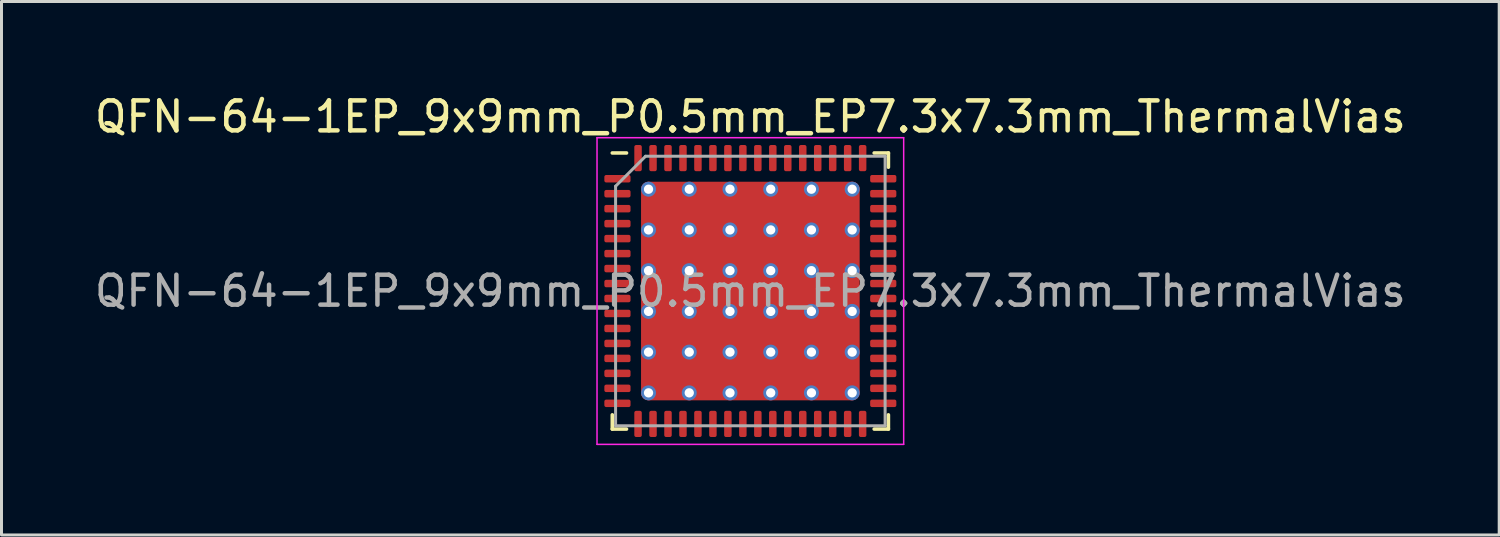
<source format=kicad_pcb>
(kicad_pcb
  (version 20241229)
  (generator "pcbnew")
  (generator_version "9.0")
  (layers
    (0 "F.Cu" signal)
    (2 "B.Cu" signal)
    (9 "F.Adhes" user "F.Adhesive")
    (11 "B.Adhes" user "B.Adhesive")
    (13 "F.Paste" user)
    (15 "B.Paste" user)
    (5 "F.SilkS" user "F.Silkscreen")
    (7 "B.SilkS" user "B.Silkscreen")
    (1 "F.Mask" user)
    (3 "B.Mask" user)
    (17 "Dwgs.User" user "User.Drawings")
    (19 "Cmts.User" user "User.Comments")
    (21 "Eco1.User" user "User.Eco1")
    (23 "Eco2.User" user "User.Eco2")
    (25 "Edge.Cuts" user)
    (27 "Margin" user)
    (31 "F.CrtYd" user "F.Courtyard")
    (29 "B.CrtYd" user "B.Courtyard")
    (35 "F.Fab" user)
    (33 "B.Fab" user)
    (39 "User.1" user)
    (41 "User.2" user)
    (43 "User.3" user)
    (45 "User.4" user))
  (footprint "QFN-64-1EP_9x9mm_P0.5mm_EP7.3x7.3mm_ThermalVias"
    (layer "F.Cu")
    (at 22.006 6.668)
    (property "Reference" "QFN-64-1EP_9x9mm_P0.5mm_EP7.3x7.3mm_ThermalVias" (at 0 -5.82 0) (layer "F.SilkS") (effects (font (size 1 1) (thickness 0.15))))
    (attr smd)
    (fp_line (start -4.61 4.61) (end -4.61 4.135) (stroke (width 0.12) (type solid)) (layer "F.SilkS"))
    (fp_line (start -4.135 -4.61) (end -4.61 -4.61) (stroke (width 0.12) (type solid)) (layer "F.SilkS"))
    (fp_line (start -4.135 4.61) (end -4.61 4.61) (stroke (width 0.12) (type solid)) (layer "F.SilkS"))
    (fp_line (start 4.135 -4.61) (end 4.61 -4.61) (stroke (width 0.12) (type solid)) (layer "F.SilkS"))
    (fp_line (start 4.135 4.61) (end 4.61 4.61) (stroke (width 0.12) (type solid)) (layer "F.SilkS"))
    (fp_line (start 4.61 -4.61) (end 4.61 -4.135) (stroke (width 0.12) (type solid)) (layer "F.SilkS"))
    (fp_line (start 4.61 4.61) (end 4.61 4.135) (stroke (width 0.12) (type solid)) (layer "F.SilkS"))
    (fp_line (start -5.12 -5.12) (end -5.12 5.12) (stroke (width 0.05) (type solid)) (layer "F.CrtYd"))
    (fp_line (start -5.12 5.12) (end 5.12 5.12) (stroke (width 0.05) (type solid)) (layer "F.CrtYd"))
    (fp_line (start 5.12 -5.12) (end -5.12 -5.12) (stroke (width 0.05) (type solid)) (layer "F.CrtYd"))
    (fp_line (start 5.12 5.12) (end 5.12 -5.12) (stroke (width 0.05) (type solid)) (layer "F.CrtYd"))
    (fp_line (start -4.5 -3.5) (end -3.5 -4.5) (stroke (width 0.1) (type solid)) (layer "F.Fab"))
    (fp_line (start -4.5 4.5) (end -4.5 -3.5) (stroke (width 0.1) (type solid)) (layer "F.Fab"))
    (fp_line (start -3.5 -4.5) (end 4.5 -4.5) (stroke (width 0.1) (type solid)) (layer "F.Fab"))
    (fp_line (start 4.5 -4.5) (end 4.5 4.5) (stroke (width 0.1) (type solid)) (layer "F.Fab"))
    (fp_line (start 4.5 4.5) (end -4.5 4.5) (stroke (width 0.1) (type solid)) (layer "F.Fab"))
    (fp_text user "${REFERENCE}" (at 0 0 0) (layer "F.Fab") (effects (font (size 1 1) (thickness 0.15))))
    (pad "" smd roundrect (at -2.72 -2.72) (size 1.177 1.177) (layers "F.Paste") (roundrect_rratio 0.212))
    (pad "" smd roundrect (at -2.72 -1.36) (size 1.177 1.177) (layers "F.Paste") (roundrect_rratio 0.212))
    (pad "" smd roundrect (at -2.72 0) (size 1.177 1.177) (layers "F.Paste") (roundrect_rratio 0.212))
    (pad "" smd roundrect (at -2.72 1.36) (size 1.177 1.177) (layers "F.Paste") (roundrect_rratio 0.212))
    (pad "" smd roundrect (at -2.72 2.72) (size 1.177 1.177) (layers "F.Paste") (roundrect_rratio 0.212))
    (pad "" smd roundrect (at -1.36 -2.72) (size 1.177 1.177) (layers "F.Paste") (roundrect_rratio 0.212))
    (pad "" smd roundrect (at -1.36 -1.36) (size 1.177 1.177) (layers "F.Paste") (roundrect_rratio 0.212))
    (pad "" smd roundrect (at -1.36 0) (size 1.177 1.177) (layers "F.Paste") (roundrect_rratio 0.212))
    (pad "" smd roundrect (at -1.36 1.36) (size 1.177 1.177) (layers "F.Paste") (roundrect_rratio 0.212))
    (pad "" smd roundrect (at -1.36 2.72) (size 1.177 1.177) (layers "F.Paste") (roundrect_rratio 0.212))
    (pad "" smd roundrect (at 0 -2.72) (size 1.177 1.177) (layers "F.Paste") (roundrect_rratio 0.212))
    (pad "" smd roundrect (at 0 -1.36) (size 1.177 1.177) (layers "F.Paste") (roundrect_rratio 0.212))
    (pad "" smd roundrect (at 0 0) (size 1.177 1.177) (layers "F.Paste") (roundrect_rratio 0.212))
    (pad "" smd roundrect (at 0 1.36) (size 1.177 1.177) (layers "F.Paste") (roundrect_rratio 0.212))
    (pad "" smd roundrect (at 0 2.72) (size 1.177 1.177) (layers "F.Paste") (roundrect_rratio 0.212))
    (pad "" smd roundrect (at 1.36 -2.72) (size 1.177 1.177) (layers "F.Paste") (roundrect_rratio 0.212))
    (pad "" smd roundrect (at 1.36 -1.36) (size 1.177 1.177) (layers "F.Paste") (roundrect_rratio 0.212))
    (pad "" smd roundrect (at 1.36 0) (size 1.177 1.177) (layers "F.Paste") (roundrect_rratio 0.212))
    (pad "" smd roundrect (at 1.36 1.36) (size 1.177 1.177) (layers "F.Paste") (roundrect_rratio 0.212))
    (pad "" smd roundrect (at 1.36 2.72) (size 1.177 1.177) (layers "F.Paste") (roundrect_rratio 0.212))
    (pad "" smd roundrect (at 2.72 -2.72) (size 1.177 1.177) (layers "F.Paste") (roundrect_rratio 0.212))
    (pad "" smd roundrect (at 2.72 -1.36) (size 1.177 1.177) (layers "F.Paste") (roundrect_rratio 0.212))
    (pad "" smd roundrect (at 2.72 0) (size 1.177 1.177) (layers "F.Paste") (roundrect_rratio 0.212))
    (pad "" smd roundrect (at 2.72 1.36) (size 1.177 1.177) (layers "F.Paste") (roundrect_rratio 0.212))
    (pad "" smd roundrect (at 2.72 2.72) (size 1.177 1.177) (layers "F.Paste") (roundrect_rratio 0.212))
    (pad "1" smd roundrect (at -4.438 -3.75) (size 0.875 0.25) (layers "F.Cu" "F.Mask" "F.Paste") (roundrect_rratio 0.25))
    (pad "2" smd roundrect (at -4.438 -3.25) (size 0.875 0.25) (layers "F.Cu" "F.Mask" "F.Paste") (roundrect_rratio 0.25))
    (pad "3" smd roundrect (at -4.438 -2.75) (size 0.875 0.25) (layers "F.Cu" "F.Mask" "F.Paste") (roundrect_rratio 0.25))
    (pad "4" smd roundrect (at -4.438 -2.25) (size 0.875 0.25) (layers "F.Cu" "F.Mask" "F.Paste") (roundrect_rratio 0.25))
    (pad "5" smd roundrect (at -4.438 -1.75) (size 0.875 0.25) (layers "F.Cu" "F.Mask" "F.Paste") (roundrect_rratio 0.25))
    (pad "6" smd roundrect (at -4.438 -1.25) (size 0.875 0.25) (layers "F.Cu" "F.Mask" "F.Paste") (roundrect_rratio 0.25))
    (pad "7" smd roundrect (at -4.438 -0.75) (size 0.875 0.25) (layers "F.Cu" "F.Mask" "F.Paste") (roundrect_rratio 0.25))
    (pad "8" smd roundrect (at -4.438 -0.25) (size 0.875 0.25) (layers "F.Cu" "F.Mask" "F.Paste") (roundrect_rratio 0.25))
    (pad "9" smd roundrect (at -4.438 0.25) (size 0.875 0.25) (layers "F.Cu" "F.Mask" "F.Paste") (roundrect_rratio 0.25))
    (pad "10" smd roundrect (at -4.438 0.75) (size 0.875 0.25) (layers "F.Cu" "F.Mask" "F.Paste") (roundrect_rratio 0.25))
    (pad "11" smd roundrect (at -4.438 1.25) (size 0.875 0.25) (layers "F.Cu" "F.Mask" "F.Paste") (roundrect_rratio 0.25))
    (pad "12" smd roundrect (at -4.438 1.75) (size 0.875 0.25) (layers "F.Cu" "F.Mask" "F.Paste") (roundrect_rratio 0.25))
    (pad "13" smd roundrect (at -4.438 2.25) (size 0.875 0.25) (layers "F.Cu" "F.Mask" "F.Paste") (roundrect_rratio 0.25))
    (pad "14" smd roundrect (at -4.438 2.75) (size 0.875 0.25) (layers "F.Cu" "F.Mask" "F.Paste") (roundrect_rratio 0.25))
    (pad "15" smd roundrect (at -4.438 3.25) (size 0.875 0.25) (layers "F.Cu" "F.Mask" "F.Paste") (roundrect_rratio 0.25))
    (pad "16" smd roundrect (at -4.438 3.75) (size 0.875 0.25) (layers "F.Cu" "F.Mask" "F.Paste") (roundrect_rratio 0.25))
    (pad "17" smd roundrect (at -3.75 4.438) (size 0.25 0.875) (layers "F.Cu" "F.Mask" "F.Paste") (roundrect_rratio 0.25))
    (pad "18" smd roundrect (at -3.25 4.438) (size 0.25 0.875) (layers "F.Cu" "F.Mask" "F.Paste") (roundrect_rratio 0.25))
    (pad "19" smd roundrect (at -2.75 4.438) (size 0.25 0.875) (layers "F.Cu" "F.Mask" "F.Paste") (roundrect_rratio 0.25))
    (pad "20" smd roundrect (at -2.25 4.438) (size 0.25 0.875) (layers "F.Cu" "F.Mask" "F.Paste") (roundrect_rratio 0.25))
    (pad "21" smd roundrect (at -1.75 4.438) (size 0.25 0.875) (layers "F.Cu" "F.Mask" "F.Paste") (roundrect_rratio 0.25))
    (pad "22" smd roundrect (at -1.25 4.438) (size 0.25 0.875) (layers "F.Cu" "F.Mask" "F.Paste") (roundrect_rratio 0.25))
    (pad "23" smd roundrect (at -0.75 4.438) (size 0.25 0.875) (layers "F.Cu" "F.Mask" "F.Paste") (roundrect_rratio 0.25))
    (pad "24" smd roundrect (at -0.25 4.438) (size 0.25 0.875) (layers "F.Cu" "F.Mask" "F.Paste") (roundrect_rratio 0.25))
    (pad "25" smd roundrect (at 0.25 4.438) (size 0.25 0.875) (layers "F.Cu" "F.Mask" "F.Paste") (roundrect_rratio 0.25))
    (pad "26" smd roundrect (at 0.75 4.438) (size 0.25 0.875) (layers "F.Cu" "F.Mask" "F.Paste") (roundrect_rratio 0.25))
    (pad "27" smd roundrect (at 1.25 4.438) (size 0.25 0.875) (layers "F.Cu" "F.Mask" "F.Paste") (roundrect_rratio 0.25))
    (pad "28" smd roundrect (at 1.75 4.438) (size 0.25 0.875) (layers "F.Cu" "F.Mask" "F.Paste") (roundrect_rratio 0.25))
    (pad "29" smd roundrect (at 2.25 4.438) (size 0.25 0.875) (layers "F.Cu" "F.Mask" "F.Paste") (roundrect_rratio 0.25))
    (pad "30" smd roundrect (at 2.75 4.438) (size 0.25 0.875) (layers "F.Cu" "F.Mask" "F.Paste") (roundrect_rratio 0.25))
    (pad "31" smd roundrect (at 3.25 4.438) (size 0.25 0.875) (layers "F.Cu" "F.Mask" "F.Paste") (roundrect_rratio 0.25))
    (pad "32" smd roundrect (at 3.75 4.438) (size 0.25 0.875) (layers "F.Cu" "F.Mask" "F.Paste") (roundrect_rratio 0.25))
    (pad "33" smd roundrect (at 4.438 3.75) (size 0.875 0.25) (layers "F.Cu" "F.Mask" "F.Paste") (roundrect_rratio 0.25))
    (pad "34" smd roundrect (at 4.438 3.25) (size 0.875 0.25) (layers "F.Cu" "F.Mask" "F.Paste") (roundrect_rratio 0.25))
    (pad "35" smd roundrect (at 4.438 2.75) (size 0.875 0.25) (layers "F.Cu" "F.Mask" "F.Paste") (roundrect_rratio 0.25))
    (pad "36" smd roundrect (at 4.438 2.25) (size 0.875 0.25) (layers "F.Cu" "F.Mask" "F.Paste") (roundrect_rratio 0.25))
    (pad "37" smd roundrect (at 4.438 1.75) (size 0.875 0.25) (layers "F.Cu" "F.Mask" "F.Paste") (roundrect_rratio 0.25))
    (pad "38" smd roundrect (at 4.438 1.25) (size 0.875 0.25) (layers "F.Cu" "F.Mask" "F.Paste") (roundrect_rratio 0.25))
    (pad "39" smd roundrect (at 4.438 0.75) (size 0.875 0.25) (layers "F.Cu" "F.Mask" "F.Paste") (roundrect_rratio 0.25))
    (pad "40" smd roundrect (at 4.438 0.25) (size 0.875 0.25) (layers "F.Cu" "F.Mask" "F.Paste") (roundrect_rratio 0.25))
    (pad "41" smd roundrect (at 4.438 -0.25) (size 0.875 0.25) (layers "F.Cu" "F.Mask" "F.Paste") (roundrect_rratio 0.25))
    (pad "42" smd roundrect (at 4.438 -0.75) (size 0.875 0.25) (layers "F.Cu" "F.Mask" "F.Paste") (roundrect_rratio 0.25))
    (pad "43" smd roundrect (at 4.438 -1.25) (size 0.875 0.25) (layers "F.Cu" "F.Mask" "F.Paste") (roundrect_rratio 0.25))
    (pad "44" smd roundrect (at 4.438 -1.75) (size 0.875 0.25) (layers "F.Cu" "F.Mask" "F.Paste") (roundrect_rratio 0.25))
    (pad "45" smd roundrect (at 4.438 -2.25) (size 0.875 0.25) (layers "F.Cu" "F.Mask" "F.Paste") (roundrect_rratio 0.25))
    (pad "46" smd roundrect (at 4.438 -2.75) (size 0.875 0.25) (layers "F.Cu" "F.Mask" "F.Paste") (roundrect_rratio 0.25))
    (pad "47" smd roundrect (at 4.438 -3.25) (size 0.875 0.25) (layers "F.Cu" "F.Mask" "F.Paste") (roundrect_rratio 0.25))
    (pad "48" smd roundrect (at 4.438 -3.75) (size 0.875 0.25) (layers "F.Cu" "F.Mask" "F.Paste") (roundrect_rratio 0.25))
    (pad "49" smd roundrect (at 3.75 -4.438) (size 0.25 0.875) (layers "F.Cu" "F.Mask" "F.Paste") (roundrect_rratio 0.25))
    (pad "50" smd roundrect (at 3.25 -4.438) (size 0.25 0.875) (layers "F.Cu" "F.Mask" "F.Paste") (roundrect_rratio 0.25))
    (pad "51" smd roundrect (at 2.75 -4.438) (size 0.25 0.875) (layers "F.Cu" "F.Mask" "F.Paste") (roundrect_rratio 0.25))
    (pad "52" smd roundrect (at 2.25 -4.438) (size 0.25 0.875) (layers "F.Cu" "F.Mask" "F.Paste") (roundrect_rratio 0.25))
    (pad "53" smd roundrect (at 1.75 -4.438) (size 0.25 0.875) (layers "F.Cu" "F.Mask" "F.Paste") (roundrect_rratio 0.25))
    (pad "54" smd roundrect (at 1.25 -4.438) (size 0.25 0.875) (layers "F.Cu" "F.Mask" "F.Paste") (roundrect_rratio 0.25))
    (pad "55" smd roundrect (at 0.75 -4.438) (size 0.25 0.875) (layers "F.Cu" "F.Mask" "F.Paste") (roundrect_rratio 0.25))
    (pad "56" smd roundrect (at 0.25 -4.438) (size 0.25 0.875) (layers "F.Cu" "F.Mask" "F.Paste") (roundrect_rratio 0.25))
    (pad "57" smd roundrect (at -0.25 -4.438) (size 0.25 0.875) (layers "F.Cu" "F.Mask" "F.Paste") (roundrect_rratio 0.25))
    (pad "58" smd roundrect (at -0.75 -4.438) (size 0.25 0.875) (layers "F.Cu" "F.Mask" "F.Paste") (roundrect_rratio 0.25))
    (pad "59" smd roundrect (at -1.25 -4.438) (size 0.25 0.875) (layers "F.Cu" "F.Mask" "F.Paste") (roundrect_rratio 0.25))
    (pad "60" smd roundrect (at -1.75 -4.438) (size 0.25 0.875) (layers "F.Cu" "F.Mask" "F.Paste") (roundrect_rratio 0.25))
    (pad "61" smd roundrect (at -2.25 -4.438) (size 0.25 0.875) (layers "F.Cu" "F.Mask" "F.Paste") (roundrect_rratio 0.25))
    (pad "62" smd roundrect (at -2.75 -4.438) (size 0.25 0.875) (layers "F.Cu" "F.Mask" "F.Paste") (roundrect_rratio 0.25))
    (pad "63" smd roundrect (at -3.25 -4.438) (size 0.25 0.875) (layers "F.Cu" "F.Mask" "F.Paste") (roundrect_rratio 0.25))
    (pad "64" smd roundrect (at -3.75 -4.438) (size 0.25 0.875) (layers "F.Cu" "F.Mask" "F.Paste") (roundrect_rratio 0.25))
    (pad "65" thru_hole circle (at -3.4 -3.4) (size 0.5 0.5) (drill 0.31) (layers "*.Cu"))
    (pad "65" thru_hole circle (at -3.4 -2.04) (size 0.5 0.5) (drill 0.31) (layers "*.Cu"))
    (pad "65" thru_hole circle (at -3.4 -0.68) (size 0.5 0.5) (drill 0.31) (layers "*.Cu"))
    (pad "65" thru_hole circle (at -3.4 0.68) (size 0.5 0.5) (drill 0.31) (layers "*.Cu"))
    (pad "65" thru_hole circle (at -3.4 2.04) (size 0.5 0.5) (drill 0.31) (layers "*.Cu"))
    (pad "65" thru_hole circle (at -3.4 3.4) (size 0.5 0.5) (drill 0.31) (layers "*.Cu"))
    (pad "65" thru_hole circle (at -2.04 -3.4) (size 0.5 0.5) (drill 0.31) (layers "*.Cu"))
    (pad "65" thru_hole circle (at -2.04 -2.04) (size 0.5 0.5) (drill 0.31) (layers "*.Cu"))
    (pad "65" thru_hole circle (at -2.04 -0.68) (size 0.5 0.5) (drill 0.31) (layers "*.Cu"))
    (pad "65" thru_hole circle (at -2.04 0.68) (size 0.5 0.5) (drill 0.31) (layers "*.Cu"))
    (pad "65" thru_hole circle (at -2.04 2.04) (size 0.5 0.5) (drill 0.31) (layers "*.Cu"))
    (pad "65" thru_hole circle (at -2.04 3.4) (size 0.5 0.5) (drill 0.31) (layers "*.Cu"))
    (pad "65" thru_hole circle (at -0.68 -3.4) (size 0.5 0.5) (drill 0.31) (layers "*.Cu"))
    (pad "65" thru_hole circle (at -0.68 -2.04) (size 0.5 0.5) (drill 0.31) (layers "*.Cu"))
    (pad "65" thru_hole circle (at -0.68 -0.68) (size 0.5 0.5) (drill 0.31) (layers "*.Cu"))
    (pad "65" thru_hole circle (at -0.68 0.68) (size 0.5 0.5) (drill 0.31) (layers "*.Cu"))
    (pad "65" thru_hole circle (at -0.68 2.04) (size 0.5 0.5) (drill 0.31) (layers "*.Cu"))
    (pad "65" thru_hole circle (at -0.68 3.4) (size 0.5 0.5) (drill 0.31) (layers "*.Cu"))
    (pad "65" smd roundrect (at 0 0) (size 7.3 7.3) (layers "F.Cu" "F.Mask") (roundrect_rratio 0.034))
    (pad "65" thru_hole circle (at 0.68 -3.4) (size 0.5 0.5) (drill 0.31) (layers "*.Cu"))
    (pad "65" thru_hole circle (at 0.68 -2.04) (size 0.5 0.5) (drill 0.31) (layers "*.Cu"))
    (pad "65" thru_hole circle (at 0.68 -0.68) (size 0.5 0.5) (drill 0.31) (layers "*.Cu"))
    (pad "65" thru_hole circle (at 0.68 0.68) (size 0.5 0.5) (drill 0.31) (layers "*.Cu"))
    (pad "65" thru_hole circle (at 0.68 2.04) (size 0.5 0.5) (drill 0.31) (layers "*.Cu"))
    (pad "65" thru_hole circle (at 0.68 3.4) (size 0.5 0.5) (drill 0.31) (layers "*.Cu"))
    (pad "65" thru_hole circle (at 2.04 -3.4) (size 0.5 0.5) (drill 0.31) (layers "*.Cu"))
    (pad "65" thru_hole circle (at 2.04 -2.04) (size 0.5 0.5) (drill 0.31) (layers "*.Cu"))
    (pad "65" thru_hole circle (at 2.04 -0.68) (size 0.5 0.5) (drill 0.31) (layers "*.Cu"))
    (pad "65" thru_hole circle (at 2.04 0.68) (size 0.5 0.5) (drill 0.31) (layers "*.Cu"))
    (pad "65" thru_hole circle (at 2.04 2.04) (size 0.5 0.5) (drill 0.31) (layers "*.Cu"))
    (pad "65" thru_hole circle (at 2.04 3.4) (size 0.5 0.5) (drill 0.31) (layers "*.Cu"))
    (pad "65" thru_hole circle (at 3.4 -3.4) (size 0.5 0.5) (drill 0.31) (layers "*.Cu"))
    (pad "65" thru_hole circle (at 3.4 -2.04) (size 0.5 0.5) (drill 0.31) (layers "*.Cu"))
    (pad "65" thru_hole circle (at 3.4 -0.68) (size 0.5 0.5) (drill 0.31) (layers "*.Cu"))
    (pad "65" thru_hole circle (at 3.4 0.68) (size 0.5 0.5) (drill 0.31) (layers "*.Cu"))
    (pad "65" thru_hole circle (at 3.4 2.04) (size 0.5 0.5) (drill 0.31) (layers "*.Cu"))
    (pad "65" thru_hole circle (at 3.4 3.4) (size 0.5 0.5) (drill 0.31) (layers "*.Cu")))
  (gr_rect
    (start -3 -3)
    (end 47.012 14.813)
    (stroke (width 0.1) (type default))
    (fill no)
    (layer "Edge.Cuts")))
</source>
